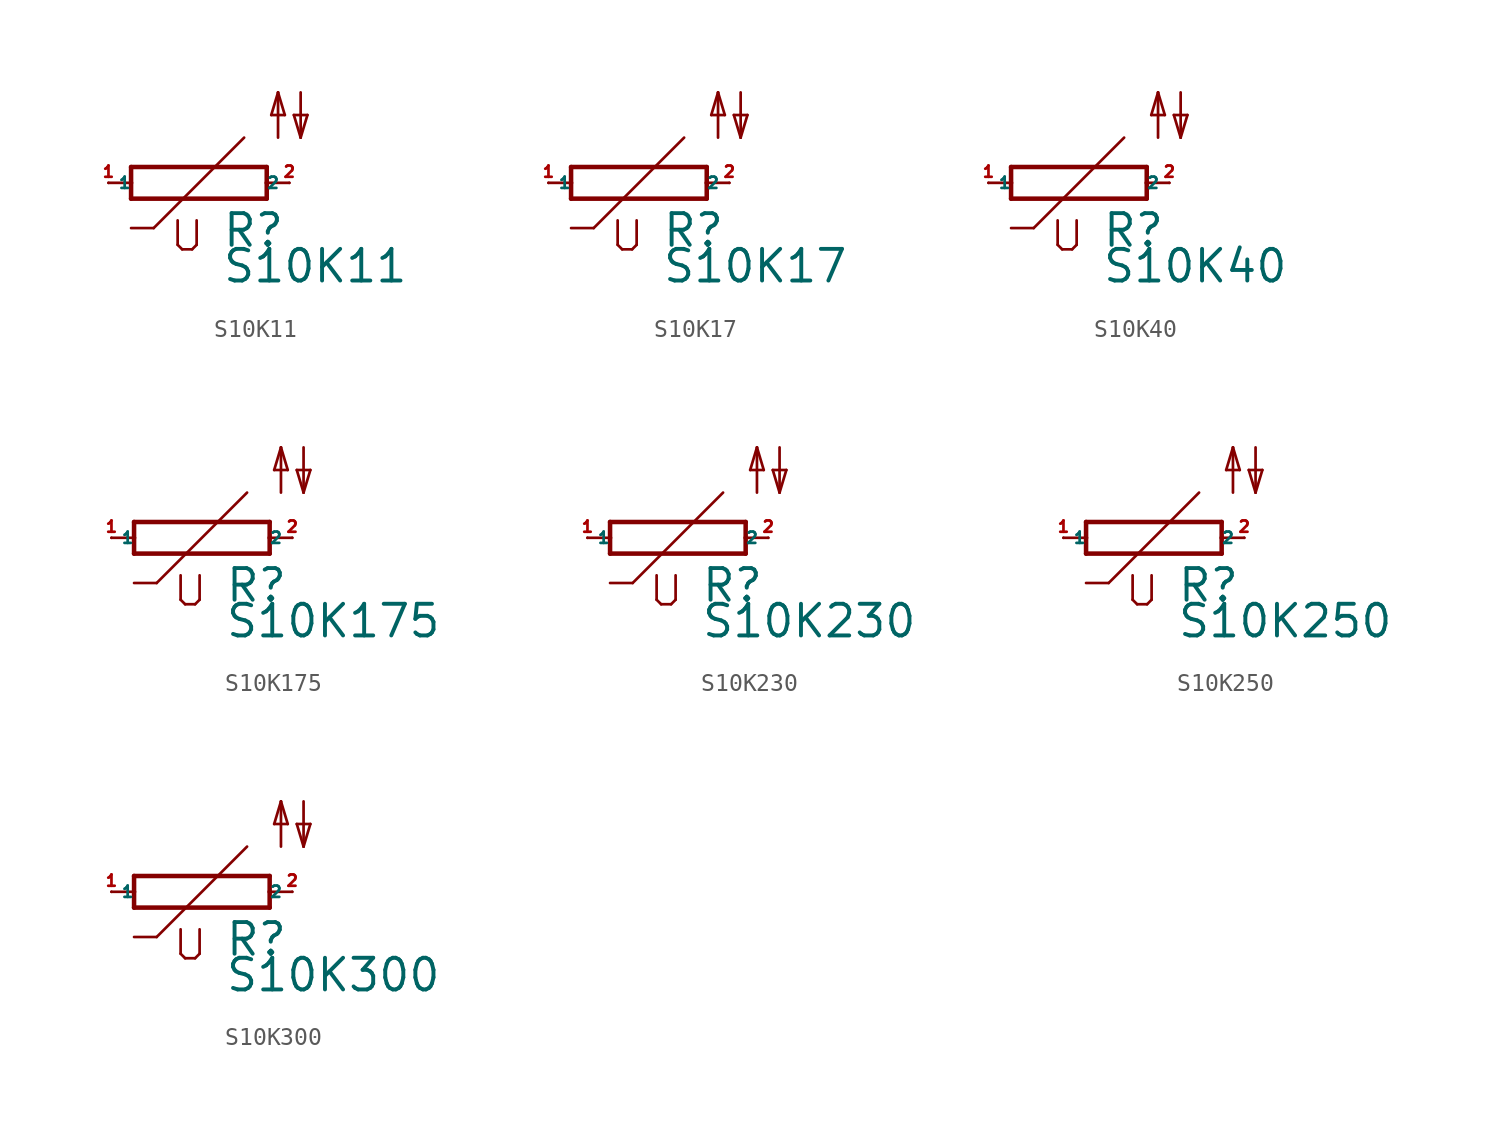
<source format=kicad_sym>
(kicad_symbol_lib
  (version 20220914)
  (generator Eagle2Kicad)
  (symbol "S10K11"
    (property "Reference" "R"
      (at 1.27 -3.708 0)
      (effects (font (size 1.778 1.778) (thickness 0.22)) (justify left bottom)))
    (property "Value" "S10K11"
      (at 1.27 -5.715 0)
      (effects (font (size 1.778 1.778) (thickness 0.22)) (justify left bottom)))
    (polyline
      (pts (xy -3.81 -0.889) (xy 3.81 -0.889))
      (stroke (width 0.254) (type default))
      (fill (type none)))
    (polyline
      (pts (xy 3.81 -0.889) (xy 3.81 0))
      (stroke (width 0.254) (type default))
      (fill (type none)))
    (polyline
      (pts (xy 3.81 0.889) (xy -3.81 0.889))
      (stroke (width 0.254) (type default))
      (fill (type none)))
    (polyline
      (pts (xy -3.81 -0.889) (xy -3.81 0))
      (stroke (width 0.254) (type default))
      (fill (type none)))
    (polyline
      (pts (xy 3.81 0) (xy 5.08 0))
      (stroke (width 0.152) (type default))
      (fill (type none)))
    (polyline
      (pts (xy 3.81 0) (xy 3.81 0.889))
      (stroke (width 0.254) (type default))
      (fill (type none)))
    (polyline
      (pts (xy -5.08 0) (xy -3.81 0))
      (stroke (width 0.152) (type default))
      (fill (type none)))
    (polyline
      (pts (xy -3.81 0) (xy -3.81 0.889))
      (stroke (width 0.254) (type default))
      (fill (type none)))
    (polyline
      (pts (xy 2.54 2.54) (xy -2.54 -2.54))
      (stroke (width 0.152) (type default))
      (fill (type none)))
    (polyline
      (pts (xy -2.54 -2.54) (xy -3.81 -2.54))
      (stroke (width 0.152) (type default))
      (fill (type none)))
    (polyline
      (pts (xy -1.194 -2.108) (xy -1.194 -3.48))
      (stroke (width 0.152) (type default))
      (fill (type none)))
    (polyline
      (pts (xy -0.94 -3.734) (xy -1.194 -3.48))
      (stroke (width 0.152) (type default))
      (fill (type none)))
    (polyline
      (pts (xy -0.94 -3.734) (xy -0.381 -3.734))
      (stroke (width 0.152) (type default))
      (fill (type none)))
    (polyline
      (pts (xy -0.127 -3.48) (xy -0.381 -3.734))
      (stroke (width 0.152) (type default))
      (fill (type none)))
    (polyline
      (pts (xy -0.127 -3.48) (xy -0.127 -2.108))
      (stroke (width 0.152) (type default))
      (fill (type none)))
    (polyline
      (pts (xy 5.715 5.08) (xy 5.715 2.54))
      (stroke (width 0.152) (type default))
      (fill (type none)))
    (polyline
      (pts (xy 5.715 2.54) (xy 6.096 3.81))
      (stroke (width 0.152) (type default))
      (fill (type none)))
    (polyline
      (pts (xy 6.096 3.81) (xy 5.334 3.81))
      (stroke (width 0.152) (type default))
      (fill (type none)))
    (polyline
      (pts (xy 5.334 3.81) (xy 5.715 2.54))
      (stroke (width 0.152) (type default))
      (fill (type none)))
    (polyline
      (pts (xy 4.445 2.54) (xy 4.445 5.08))
      (stroke (width 0.152) (type default))
      (fill (type none)))
    (polyline
      (pts (xy 4.445 5.08) (xy 4.826 3.81))
      (stroke (width 0.152) (type default))
      (fill (type none)))
    (polyline
      (pts (xy 4.826 3.81) (xy 4.064 3.81))
      (stroke (width 0.152) (type default))
      (fill (type none)))
    (polyline
      (pts (xy 4.064 3.81) (xy 4.445 5.08))
      (stroke (width 0.152) (type default))
      (fill (type none)))
    (pin passive line
      (at 5.08 0 180)
      (length 0)
      (name "2" (effects (font (size 0.635 0.635) (thickness 0.08)) (justify left bottom)))
      (number "2" (effects (font (size 0.635 0.635) (thickness 0.08)) (justify left bottom))))
    (pin passive line
      (at -5.08 0 0)
      (length 0)
      (name "1" (effects (font (size 0.635 0.635) (thickness 0.08)) (justify left bottom)))
      (number "1" (effects (font (size 0.635 0.635) (thickness 0.08)) (justify left bottom)))))
  (symbol "S10K17"
    (property "Reference" "R"
      (at 1.27 -3.708 0)
      (effects (font (size 1.778 1.778) (thickness 0.22)) (justify left bottom)))
    (property "Value" "S10K17"
      (at 1.27 -5.715 0)
      (effects (font (size 1.778 1.778) (thickness 0.22)) (justify left bottom)))
    (polyline
      (pts (xy -3.81 -0.889) (xy 3.81 -0.889))
      (stroke (width 0.254) (type default))
      (fill (type none)))
    (polyline
      (pts (xy 3.81 -0.889) (xy 3.81 0))
      (stroke (width 0.254) (type default))
      (fill (type none)))
    (polyline
      (pts (xy 3.81 0.889) (xy -3.81 0.889))
      (stroke (width 0.254) (type default))
      (fill (type none)))
    (polyline
      (pts (xy -3.81 -0.889) (xy -3.81 0))
      (stroke (width 0.254) (type default))
      (fill (type none)))
    (polyline
      (pts (xy 3.81 0) (xy 5.08 0))
      (stroke (width 0.152) (type default))
      (fill (type none)))
    (polyline
      (pts (xy 3.81 0) (xy 3.81 0.889))
      (stroke (width 0.254) (type default))
      (fill (type none)))
    (polyline
      (pts (xy -5.08 0) (xy -3.81 0))
      (stroke (width 0.152) (type default))
      (fill (type none)))
    (polyline
      (pts (xy -3.81 0) (xy -3.81 0.889))
      (stroke (width 0.254) (type default))
      (fill (type none)))
    (polyline
      (pts (xy 2.54 2.54) (xy -2.54 -2.54))
      (stroke (width 0.152) (type default))
      (fill (type none)))
    (polyline
      (pts (xy -2.54 -2.54) (xy -3.81 -2.54))
      (stroke (width 0.152) (type default))
      (fill (type none)))
    (polyline
      (pts (xy -1.194 -2.108) (xy -1.194 -3.48))
      (stroke (width 0.152) (type default))
      (fill (type none)))
    (polyline
      (pts (xy -0.94 -3.734) (xy -1.194 -3.48))
      (stroke (width 0.152) (type default))
      (fill (type none)))
    (polyline
      (pts (xy -0.94 -3.734) (xy -0.381 -3.734))
      (stroke (width 0.152) (type default))
      (fill (type none)))
    (polyline
      (pts (xy -0.127 -3.48) (xy -0.381 -3.734))
      (stroke (width 0.152) (type default))
      (fill (type none)))
    (polyline
      (pts (xy -0.127 -3.48) (xy -0.127 -2.108))
      (stroke (width 0.152) (type default))
      (fill (type none)))
    (polyline
      (pts (xy 5.715 5.08) (xy 5.715 2.54))
      (stroke (width 0.152) (type default))
      (fill (type none)))
    (polyline
      (pts (xy 5.715 2.54) (xy 6.096 3.81))
      (stroke (width 0.152) (type default))
      (fill (type none)))
    (polyline
      (pts (xy 6.096 3.81) (xy 5.334 3.81))
      (stroke (width 0.152) (type default))
      (fill (type none)))
    (polyline
      (pts (xy 5.334 3.81) (xy 5.715 2.54))
      (stroke (width 0.152) (type default))
      (fill (type none)))
    (polyline
      (pts (xy 4.445 2.54) (xy 4.445 5.08))
      (stroke (width 0.152) (type default))
      (fill (type none)))
    (polyline
      (pts (xy 4.445 5.08) (xy 4.826 3.81))
      (stroke (width 0.152) (type default))
      (fill (type none)))
    (polyline
      (pts (xy 4.826 3.81) (xy 4.064 3.81))
      (stroke (width 0.152) (type default))
      (fill (type none)))
    (polyline
      (pts (xy 4.064 3.81) (xy 4.445 5.08))
      (stroke (width 0.152) (type default))
      (fill (type none)))
    (pin passive line
      (at 5.08 0 180)
      (length 0)
      (name "2" (effects (font (size 0.635 0.635) (thickness 0.08)) (justify left bottom)))
      (number "2" (effects (font (size 0.635 0.635) (thickness 0.08)) (justify left bottom))))
    (pin passive line
      (at -5.08 0 0)
      (length 0)
      (name "1" (effects (font (size 0.635 0.635) (thickness 0.08)) (justify left bottom)))
      (number "1" (effects (font (size 0.635 0.635) (thickness 0.08)) (justify left bottom)))))
  (symbol "S10K40"
    (property "Reference" "R"
      (at 1.27 -3.708 0)
      (effects (font (size 1.778 1.778) (thickness 0.22)) (justify left bottom)))
    (property "Value" "S10K40"
      (at 1.27 -5.715 0)
      (effects (font (size 1.778 1.778) (thickness 0.22)) (justify left bottom)))
    (polyline
      (pts (xy -3.81 -0.889) (xy 3.81 -0.889))
      (stroke (width 0.254) (type default))
      (fill (type none)))
    (polyline
      (pts (xy 3.81 -0.889) (xy 3.81 0))
      (stroke (width 0.254) (type default))
      (fill (type none)))
    (polyline
      (pts (xy 3.81 0.889) (xy -3.81 0.889))
      (stroke (width 0.254) (type default))
      (fill (type none)))
    (polyline
      (pts (xy -3.81 -0.889) (xy -3.81 0))
      (stroke (width 0.254) (type default))
      (fill (type none)))
    (polyline
      (pts (xy 3.81 0) (xy 5.08 0))
      (stroke (width 0.152) (type default))
      (fill (type none)))
    (polyline
      (pts (xy 3.81 0) (xy 3.81 0.889))
      (stroke (width 0.254) (type default))
      (fill (type none)))
    (polyline
      (pts (xy -5.08 0) (xy -3.81 0))
      (stroke (width 0.152) (type default))
      (fill (type none)))
    (polyline
      (pts (xy -3.81 0) (xy -3.81 0.889))
      (stroke (width 0.254) (type default))
      (fill (type none)))
    (polyline
      (pts (xy 2.54 2.54) (xy -2.54 -2.54))
      (stroke (width 0.152) (type default))
      (fill (type none)))
    (polyline
      (pts (xy -2.54 -2.54) (xy -3.81 -2.54))
      (stroke (width 0.152) (type default))
      (fill (type none)))
    (polyline
      (pts (xy -1.194 -2.108) (xy -1.194 -3.48))
      (stroke (width 0.152) (type default))
      (fill (type none)))
    (polyline
      (pts (xy -0.94 -3.734) (xy -1.194 -3.48))
      (stroke (width 0.152) (type default))
      (fill (type none)))
    (polyline
      (pts (xy -0.94 -3.734) (xy -0.381 -3.734))
      (stroke (width 0.152) (type default))
      (fill (type none)))
    (polyline
      (pts (xy -0.127 -3.48) (xy -0.381 -3.734))
      (stroke (width 0.152) (type default))
      (fill (type none)))
    (polyline
      (pts (xy -0.127 -3.48) (xy -0.127 -2.108))
      (stroke (width 0.152) (type default))
      (fill (type none)))
    (polyline
      (pts (xy 5.715 5.08) (xy 5.715 2.54))
      (stroke (width 0.152) (type default))
      (fill (type none)))
    (polyline
      (pts (xy 5.715 2.54) (xy 6.096 3.81))
      (stroke (width 0.152) (type default))
      (fill (type none)))
    (polyline
      (pts (xy 6.096 3.81) (xy 5.334 3.81))
      (stroke (width 0.152) (type default))
      (fill (type none)))
    (polyline
      (pts (xy 5.334 3.81) (xy 5.715 2.54))
      (stroke (width 0.152) (type default))
      (fill (type none)))
    (polyline
      (pts (xy 4.445 2.54) (xy 4.445 5.08))
      (stroke (width 0.152) (type default))
      (fill (type none)))
    (polyline
      (pts (xy 4.445 5.08) (xy 4.826 3.81))
      (stroke (width 0.152) (type default))
      (fill (type none)))
    (polyline
      (pts (xy 4.826 3.81) (xy 4.064 3.81))
      (stroke (width 0.152) (type default))
      (fill (type none)))
    (polyline
      (pts (xy 4.064 3.81) (xy 4.445 5.08))
      (stroke (width 0.152) (type default))
      (fill (type none)))
    (pin passive line
      (at 5.08 0 180)
      (length 0)
      (name "2" (effects (font (size 0.635 0.635) (thickness 0.08)) (justify left bottom)))
      (number "2" (effects (font (size 0.635 0.635) (thickness 0.08)) (justify left bottom))))
    (pin passive line
      (at -5.08 0 0)
      (length 0)
      (name "1" (effects (font (size 0.635 0.635) (thickness 0.08)) (justify left bottom)))
      (number "1" (effects (font (size 0.635 0.635) (thickness 0.08)) (justify left bottom)))))
  (symbol "S10K175"
    (property "Reference" "R"
      (at 1.27 -3.708 0)
      (effects (font (size 1.778 1.778) (thickness 0.22)) (justify left bottom)))
    (property "Value" "S10K175"
      (at 1.27 -5.715 0)
      (effects (font (size 1.778 1.778) (thickness 0.22)) (justify left bottom)))
    (polyline
      (pts (xy -3.81 -0.889) (xy 3.81 -0.889))
      (stroke (width 0.254) (type default))
      (fill (type none)))
    (polyline
      (pts (xy 3.81 -0.889) (xy 3.81 0))
      (stroke (width 0.254) (type default))
      (fill (type none)))
    (polyline
      (pts (xy 3.81 0.889) (xy -3.81 0.889))
      (stroke (width 0.254) (type default))
      (fill (type none)))
    (polyline
      (pts (xy -3.81 -0.889) (xy -3.81 0))
      (stroke (width 0.254) (type default))
      (fill (type none)))
    (polyline
      (pts (xy 3.81 0) (xy 5.08 0))
      (stroke (width 0.152) (type default))
      (fill (type none)))
    (polyline
      (pts (xy 3.81 0) (xy 3.81 0.889))
      (stroke (width 0.254) (type default))
      (fill (type none)))
    (polyline
      (pts (xy -5.08 0) (xy -3.81 0))
      (stroke (width 0.152) (type default))
      (fill (type none)))
    (polyline
      (pts (xy -3.81 0) (xy -3.81 0.889))
      (stroke (width 0.254) (type default))
      (fill (type none)))
    (polyline
      (pts (xy 2.54 2.54) (xy -2.54 -2.54))
      (stroke (width 0.152) (type default))
      (fill (type none)))
    (polyline
      (pts (xy -2.54 -2.54) (xy -3.81 -2.54))
      (stroke (width 0.152) (type default))
      (fill (type none)))
    (polyline
      (pts (xy -1.194 -2.108) (xy -1.194 -3.48))
      (stroke (width 0.152) (type default))
      (fill (type none)))
    (polyline
      (pts (xy -0.94 -3.734) (xy -1.194 -3.48))
      (stroke (width 0.152) (type default))
      (fill (type none)))
    (polyline
      (pts (xy -0.94 -3.734) (xy -0.381 -3.734))
      (stroke (width 0.152) (type default))
      (fill (type none)))
    (polyline
      (pts (xy -0.127 -3.48) (xy -0.381 -3.734))
      (stroke (width 0.152) (type default))
      (fill (type none)))
    (polyline
      (pts (xy -0.127 -3.48) (xy -0.127 -2.108))
      (stroke (width 0.152) (type default))
      (fill (type none)))
    (polyline
      (pts (xy 5.715 5.08) (xy 5.715 2.54))
      (stroke (width 0.152) (type default))
      (fill (type none)))
    (polyline
      (pts (xy 5.715 2.54) (xy 6.096 3.81))
      (stroke (width 0.152) (type default))
      (fill (type none)))
    (polyline
      (pts (xy 6.096 3.81) (xy 5.334 3.81))
      (stroke (width 0.152) (type default))
      (fill (type none)))
    (polyline
      (pts (xy 5.334 3.81) (xy 5.715 2.54))
      (stroke (width 0.152) (type default))
      (fill (type none)))
    (polyline
      (pts (xy 4.445 2.54) (xy 4.445 5.08))
      (stroke (width 0.152) (type default))
      (fill (type none)))
    (polyline
      (pts (xy 4.445 5.08) (xy 4.826 3.81))
      (stroke (width 0.152) (type default))
      (fill (type none)))
    (polyline
      (pts (xy 4.826 3.81) (xy 4.064 3.81))
      (stroke (width 0.152) (type default))
      (fill (type none)))
    (polyline
      (pts (xy 4.064 3.81) (xy 4.445 5.08))
      (stroke (width 0.152) (type default))
      (fill (type none)))
    (pin passive line
      (at 5.08 0 180)
      (length 0)
      (name "2" (effects (font (size 0.635 0.635) (thickness 0.08)) (justify left bottom)))
      (number "2" (effects (font (size 0.635 0.635) (thickness 0.08)) (justify left bottom))))
    (pin passive line
      (at -5.08 0 0)
      (length 0)
      (name "1" (effects (font (size 0.635 0.635) (thickness 0.08)) (justify left bottom)))
      (number "1" (effects (font (size 0.635 0.635) (thickness 0.08)) (justify left bottom)))))
  (symbol "S10K230"
    (property "Reference" "R"
      (at 1.27 -3.708 0)
      (effects (font (size 1.778 1.778) (thickness 0.22)) (justify left bottom)))
    (property "Value" "S10K230"
      (at 1.27 -5.715 0)
      (effects (font (size 1.778 1.778) (thickness 0.22)) (justify left bottom)))
    (polyline
      (pts (xy -3.81 -0.889) (xy 3.81 -0.889))
      (stroke (width 0.254) (type default))
      (fill (type none)))
    (polyline
      (pts (xy 3.81 -0.889) (xy 3.81 0))
      (stroke (width 0.254) (type default))
      (fill (type none)))
    (polyline
      (pts (xy 3.81 0.889) (xy -3.81 0.889))
      (stroke (width 0.254) (type default))
      (fill (type none)))
    (polyline
      (pts (xy -3.81 -0.889) (xy -3.81 0))
      (stroke (width 0.254) (type default))
      (fill (type none)))
    (polyline
      (pts (xy 3.81 0) (xy 5.08 0))
      (stroke (width 0.152) (type default))
      (fill (type none)))
    (polyline
      (pts (xy 3.81 0) (xy 3.81 0.889))
      (stroke (width 0.254) (type default))
      (fill (type none)))
    (polyline
      (pts (xy -5.08 0) (xy -3.81 0))
      (stroke (width 0.152) (type default))
      (fill (type none)))
    (polyline
      (pts (xy -3.81 0) (xy -3.81 0.889))
      (stroke (width 0.254) (type default))
      (fill (type none)))
    (polyline
      (pts (xy 2.54 2.54) (xy -2.54 -2.54))
      (stroke (width 0.152) (type default))
      (fill (type none)))
    (polyline
      (pts (xy -2.54 -2.54) (xy -3.81 -2.54))
      (stroke (width 0.152) (type default))
      (fill (type none)))
    (polyline
      (pts (xy -1.194 -2.108) (xy -1.194 -3.48))
      (stroke (width 0.152) (type default))
      (fill (type none)))
    (polyline
      (pts (xy -0.94 -3.734) (xy -1.194 -3.48))
      (stroke (width 0.152) (type default))
      (fill (type none)))
    (polyline
      (pts (xy -0.94 -3.734) (xy -0.381 -3.734))
      (stroke (width 0.152) (type default))
      (fill (type none)))
    (polyline
      (pts (xy -0.127 -3.48) (xy -0.381 -3.734))
      (stroke (width 0.152) (type default))
      (fill (type none)))
    (polyline
      (pts (xy -0.127 -3.48) (xy -0.127 -2.108))
      (stroke (width 0.152) (type default))
      (fill (type none)))
    (polyline
      (pts (xy 5.715 5.08) (xy 5.715 2.54))
      (stroke (width 0.152) (type default))
      (fill (type none)))
    (polyline
      (pts (xy 5.715 2.54) (xy 6.096 3.81))
      (stroke (width 0.152) (type default))
      (fill (type none)))
    (polyline
      (pts (xy 6.096 3.81) (xy 5.334 3.81))
      (stroke (width 0.152) (type default))
      (fill (type none)))
    (polyline
      (pts (xy 5.334 3.81) (xy 5.715 2.54))
      (stroke (width 0.152) (type default))
      (fill (type none)))
    (polyline
      (pts (xy 4.445 2.54) (xy 4.445 5.08))
      (stroke (width 0.152) (type default))
      (fill (type none)))
    (polyline
      (pts (xy 4.445 5.08) (xy 4.826 3.81))
      (stroke (width 0.152) (type default))
      (fill (type none)))
    (polyline
      (pts (xy 4.826 3.81) (xy 4.064 3.81))
      (stroke (width 0.152) (type default))
      (fill (type none)))
    (polyline
      (pts (xy 4.064 3.81) (xy 4.445 5.08))
      (stroke (width 0.152) (type default))
      (fill (type none)))
    (pin passive line
      (at 5.08 0 180)
      (length 0)
      (name "2" (effects (font (size 0.635 0.635) (thickness 0.08)) (justify left bottom)))
      (number "2" (effects (font (size 0.635 0.635) (thickness 0.08)) (justify left bottom))))
    (pin passive line
      (at -5.08 0 0)
      (length 0)
      (name "1" (effects (font (size 0.635 0.635) (thickness 0.08)) (justify left bottom)))
      (number "1" (effects (font (size 0.635 0.635) (thickness 0.08)) (justify left bottom)))))
  (symbol "S10K250"
    (property "Reference" "R"
      (at 1.27 -3.708 0)
      (effects (font (size 1.778 1.778) (thickness 0.22)) (justify left bottom)))
    (property "Value" "S10K250"
      (at 1.27 -5.715 0)
      (effects (font (size 1.778 1.778) (thickness 0.22)) (justify left bottom)))
    (polyline
      (pts (xy -3.81 -0.889) (xy 3.81 -0.889))
      (stroke (width 0.254) (type default))
      (fill (type none)))
    (polyline
      (pts (xy 3.81 -0.889) (xy 3.81 0))
      (stroke (width 0.254) (type default))
      (fill (type none)))
    (polyline
      (pts (xy 3.81 0.889) (xy -3.81 0.889))
      (stroke (width 0.254) (type default))
      (fill (type none)))
    (polyline
      (pts (xy -3.81 -0.889) (xy -3.81 0))
      (stroke (width 0.254) (type default))
      (fill (type none)))
    (polyline
      (pts (xy 3.81 0) (xy 5.08 0))
      (stroke (width 0.152) (type default))
      (fill (type none)))
    (polyline
      (pts (xy 3.81 0) (xy 3.81 0.889))
      (stroke (width 0.254) (type default))
      (fill (type none)))
    (polyline
      (pts (xy -5.08 0) (xy -3.81 0))
      (stroke (width 0.152) (type default))
      (fill (type none)))
    (polyline
      (pts (xy -3.81 0) (xy -3.81 0.889))
      (stroke (width 0.254) (type default))
      (fill (type none)))
    (polyline
      (pts (xy 2.54 2.54) (xy -2.54 -2.54))
      (stroke (width 0.152) (type default))
      (fill (type none)))
    (polyline
      (pts (xy -2.54 -2.54) (xy -3.81 -2.54))
      (stroke (width 0.152) (type default))
      (fill (type none)))
    (polyline
      (pts (xy -1.194 -2.108) (xy -1.194 -3.48))
      (stroke (width 0.152) (type default))
      (fill (type none)))
    (polyline
      (pts (xy -0.94 -3.734) (xy -1.194 -3.48))
      (stroke (width 0.152) (type default))
      (fill (type none)))
    (polyline
      (pts (xy -0.94 -3.734) (xy -0.381 -3.734))
      (stroke (width 0.152) (type default))
      (fill (type none)))
    (polyline
      (pts (xy -0.127 -3.48) (xy -0.381 -3.734))
      (stroke (width 0.152) (type default))
      (fill (type none)))
    (polyline
      (pts (xy -0.127 -3.48) (xy -0.127 -2.108))
      (stroke (width 0.152) (type default))
      (fill (type none)))
    (polyline
      (pts (xy 5.715 5.08) (xy 5.715 2.54))
      (stroke (width 0.152) (type default))
      (fill (type none)))
    (polyline
      (pts (xy 5.715 2.54) (xy 6.096 3.81))
      (stroke (width 0.152) (type default))
      (fill (type none)))
    (polyline
      (pts (xy 6.096 3.81) (xy 5.334 3.81))
      (stroke (width 0.152) (type default))
      (fill (type none)))
    (polyline
      (pts (xy 5.334 3.81) (xy 5.715 2.54))
      (stroke (width 0.152) (type default))
      (fill (type none)))
    (polyline
      (pts (xy 4.445 2.54) (xy 4.445 5.08))
      (stroke (width 0.152) (type default))
      (fill (type none)))
    (polyline
      (pts (xy 4.445 5.08) (xy 4.826 3.81))
      (stroke (width 0.152) (type default))
      (fill (type none)))
    (polyline
      (pts (xy 4.826 3.81) (xy 4.064 3.81))
      (stroke (width 0.152) (type default))
      (fill (type none)))
    (polyline
      (pts (xy 4.064 3.81) (xy 4.445 5.08))
      (stroke (width 0.152) (type default))
      (fill (type none)))
    (pin passive line
      (at 5.08 0 180)
      (length 0)
      (name "2" (effects (font (size 0.635 0.635) (thickness 0.08)) (justify left bottom)))
      (number "2" (effects (font (size 0.635 0.635) (thickness 0.08)) (justify left bottom))))
    (pin passive line
      (at -5.08 0 0)
      (length 0)
      (name "1" (effects (font (size 0.635 0.635) (thickness 0.08)) (justify left bottom)))
      (number "1" (effects (font (size 0.635 0.635) (thickness 0.08)) (justify left bottom)))))
  (symbol "S10K300"
    (property "Reference" "R"
      (at 1.27 -3.708 0)
      (effects (font (size 1.778 1.778) (thickness 0.22)) (justify left bottom)))
    (property "Value" "S10K300"
      (at 1.27 -5.715 0)
      (effects (font (size 1.778 1.778) (thickness 0.22)) (justify left bottom)))
    (polyline
      (pts (xy -3.81 -0.889) (xy 3.81 -0.889))
      (stroke (width 0.254) (type default))
      (fill (type none)))
    (polyline
      (pts (xy 3.81 -0.889) (xy 3.81 0))
      (stroke (width 0.254) (type default))
      (fill (type none)))
    (polyline
      (pts (xy 3.81 0.889) (xy -3.81 0.889))
      (stroke (width 0.254) (type default))
      (fill (type none)))
    (polyline
      (pts (xy -3.81 -0.889) (xy -3.81 0))
      (stroke (width 0.254) (type default))
      (fill (type none)))
    (polyline
      (pts (xy 3.81 0) (xy 5.08 0))
      (stroke (width 0.152) (type default))
      (fill (type none)))
    (polyline
      (pts (xy 3.81 0) (xy 3.81 0.889))
      (stroke (width 0.254) (type default))
      (fill (type none)))
    (polyline
      (pts (xy -5.08 0) (xy -3.81 0))
      (stroke (width 0.152) (type default))
      (fill (type none)))
    (polyline
      (pts (xy -3.81 0) (xy -3.81 0.889))
      (stroke (width 0.254) (type default))
      (fill (type none)))
    (polyline
      (pts (xy 2.54 2.54) (xy -2.54 -2.54))
      (stroke (width 0.152) (type default))
      (fill (type none)))
    (polyline
      (pts (xy -2.54 -2.54) (xy -3.81 -2.54))
      (stroke (width 0.152) (type default))
      (fill (type none)))
    (polyline
      (pts (xy -1.194 -2.108) (xy -1.194 -3.48))
      (stroke (width 0.152) (type default))
      (fill (type none)))
    (polyline
      (pts (xy -0.94 -3.734) (xy -1.194 -3.48))
      (stroke (width 0.152) (type default))
      (fill (type none)))
    (polyline
      (pts (xy -0.94 -3.734) (xy -0.381 -3.734))
      (stroke (width 0.152) (type default))
      (fill (type none)))
    (polyline
      (pts (xy -0.127 -3.48) (xy -0.381 -3.734))
      (stroke (width 0.152) (type default))
      (fill (type none)))
    (polyline
      (pts (xy -0.127 -3.48) (xy -0.127 -2.108))
      (stroke (width 0.152) (type default))
      (fill (type none)))
    (polyline
      (pts (xy 5.715 5.08) (xy 5.715 2.54))
      (stroke (width 0.152) (type default))
      (fill (type none)))
    (polyline
      (pts (xy 5.715 2.54) (xy 6.096 3.81))
      (stroke (width 0.152) (type default))
      (fill (type none)))
    (polyline
      (pts (xy 6.096 3.81) (xy 5.334 3.81))
      (stroke (width 0.152) (type default))
      (fill (type none)))
    (polyline
      (pts (xy 5.334 3.81) (xy 5.715 2.54))
      (stroke (width 0.152) (type default))
      (fill (type none)))
    (polyline
      (pts (xy 4.445 2.54) (xy 4.445 5.08))
      (stroke (width 0.152) (type default))
      (fill (type none)))
    (polyline
      (pts (xy 4.445 5.08) (xy 4.826 3.81))
      (stroke (width 0.152) (type default))
      (fill (type none)))
    (polyline
      (pts (xy 4.826 3.81) (xy 4.064 3.81))
      (stroke (width 0.152) (type default))
      (fill (type none)))
    (polyline
      (pts (xy 4.064 3.81) (xy 4.445 5.08))
      (stroke (width 0.152) (type default))
      (fill (type none)))
    (pin passive line
      (at 5.08 0 180)
      (length 0)
      (name "2" (effects (font (size 0.635 0.635) (thickness 0.08)) (justify left bottom)))
      (number "2" (effects (font (size 0.635 0.635) (thickness 0.08)) (justify left bottom))))
    (pin passive line
      (at -5.08 0 0)
      (length 0)
      (name "1" (effects (font (size 0.635 0.635) (thickness 0.08)) (justify left bottom)))
      (number "1" (effects (font (size 0.635 0.635) (thickness 0.08)) (justify left bottom))))))
</source>
